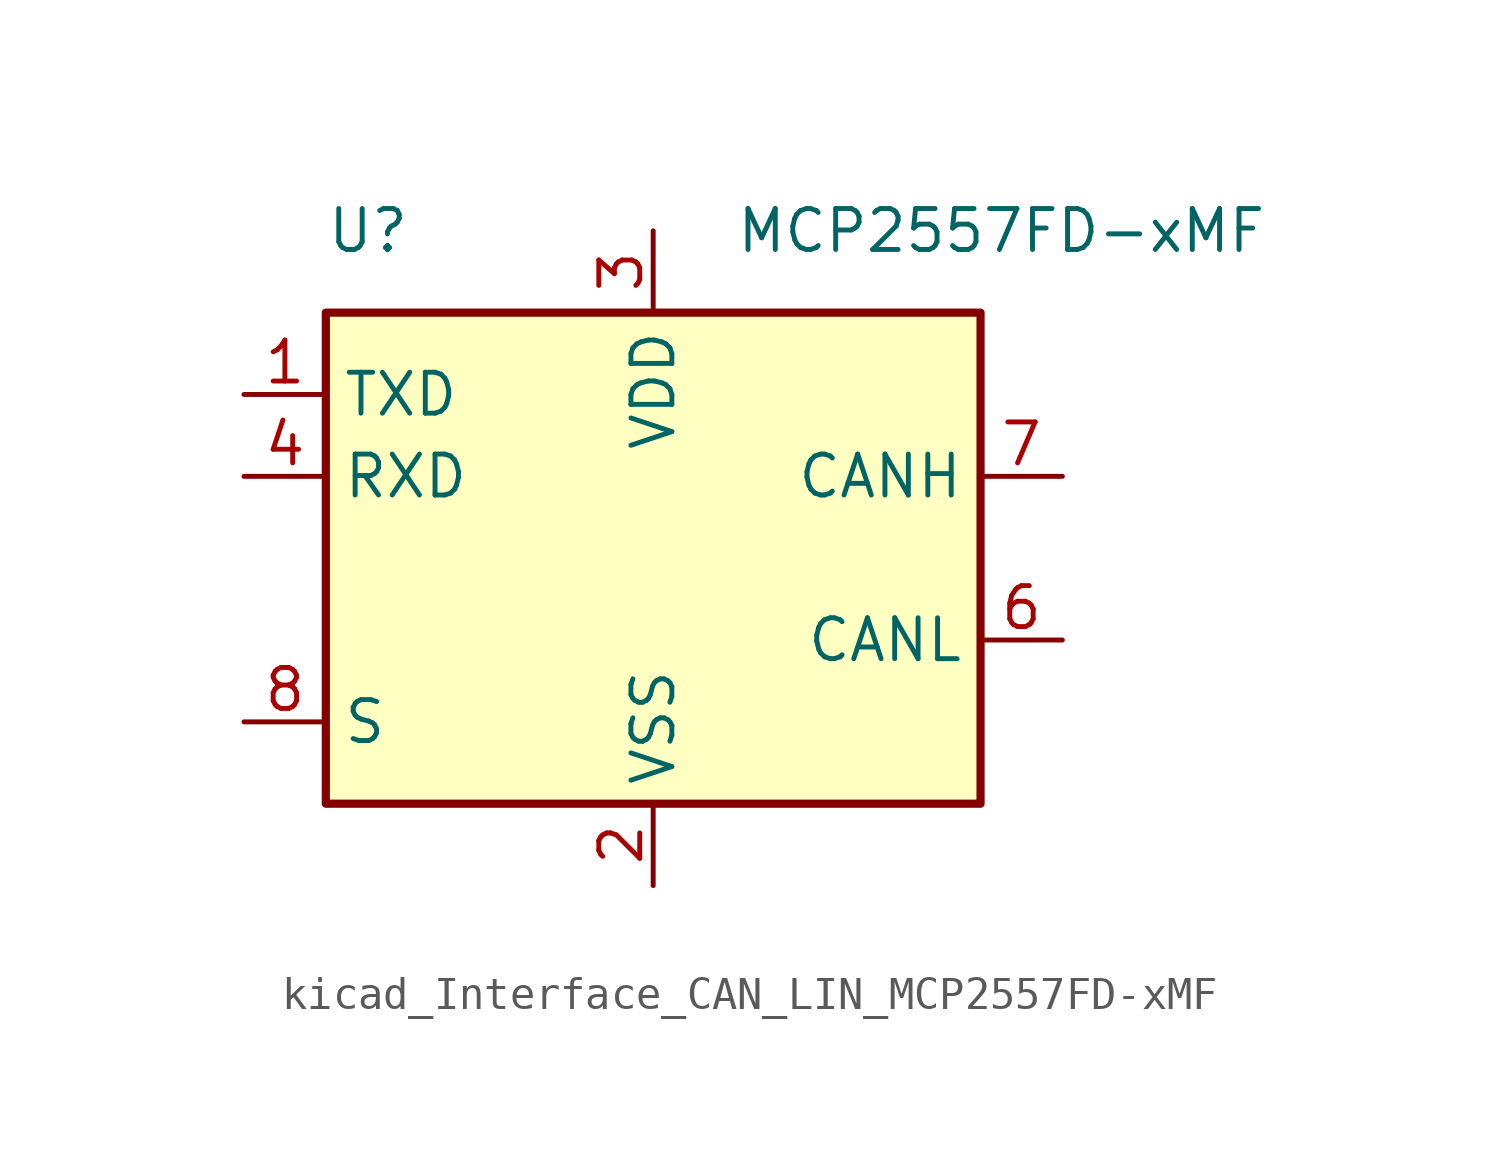
<source format=kicad_sym>
(kicad_symbol_lib
  (version 20220914)
  (generator kicad_symbol_editor)
  (symbol "kicad_Interface_CAN_LIN_MCP2557FD-xMF"
    (property "Reference" "U"
      (at -10.16 10.16 0)
      (effects (font (size 1.27 1.27)) (justify left)))
    (property "Value" "MCP2557FD-xMF"
      (at 2.54 10.16 0)
      (effects (font (size 1.27 1.27)) (justify left)))
    (symbol "kicad_Interface_CAN_LIN_MCP2557FD-xMF_0_1"
      (rectangle (start -10.16 7.62) (end 10.16 -7.62) (stroke (width 0.254) (type default)) (fill (type background))))
    (symbol "kicad_Interface_CAN_LIN_MCP2557FD-xMF_1_1"
      (pin input line (at -12.7 5.08 0) (length 2.54) (name "TXD" (effects (font (size 1.27 1.27)))) (number "1" (effects (font (size 1.27 1.27)))))
      (pin power_in line (at 0 -10.16 90) (length 2.54) (name "VSS" (effects (font (size 1.27 1.27)))) (number "2" (effects (font (size 1.27 1.27)))))
      (pin power_in line (at 0 10.16 270) (length 2.54) (name "VDD" (effects (font (size 1.27 1.27)))) (number "3" (effects (font (size 1.27 1.27)))))
      (pin output line (at -12.7 2.54 0) (length 2.54) (name "RXD" (effects (font (size 1.27 1.27)))) (number "4" (effects (font (size 1.27 1.27)))))
      (pin no_connect line (at -10.16 -2.54 0) (length 2.54) hide (name "NC" (effects (font (size 1.27 1.27)))) (number "5" (effects (font (size 1.27 1.27)))))
      (pin bidirectional line (at 12.7 -2.54 180) (length 2.54) (name "CANL" (effects (font (size 1.27 1.27)))) (number "6" (effects (font (size 1.27 1.27)))))
      (pin bidirectional line (at 12.7 2.54 180) (length 2.54) (name "CANH" (effects (font (size 1.27 1.27)))) (number "7" (effects (font (size 1.27 1.27)))))
      (pin input line (at -12.7 -5.08 0) (length 2.54) (name "S" (effects (font (size 1.27 1.27)))) (number "8" (effects (font (size 1.27 1.27)))))
      (pin passive line (at 0 -10.16 90) (length 2.54) hide (name "VSS" (effects (font (size 1.27 1.27)))) (number "9" (effects (font (size 1.27 1.27))))))))
</source>
